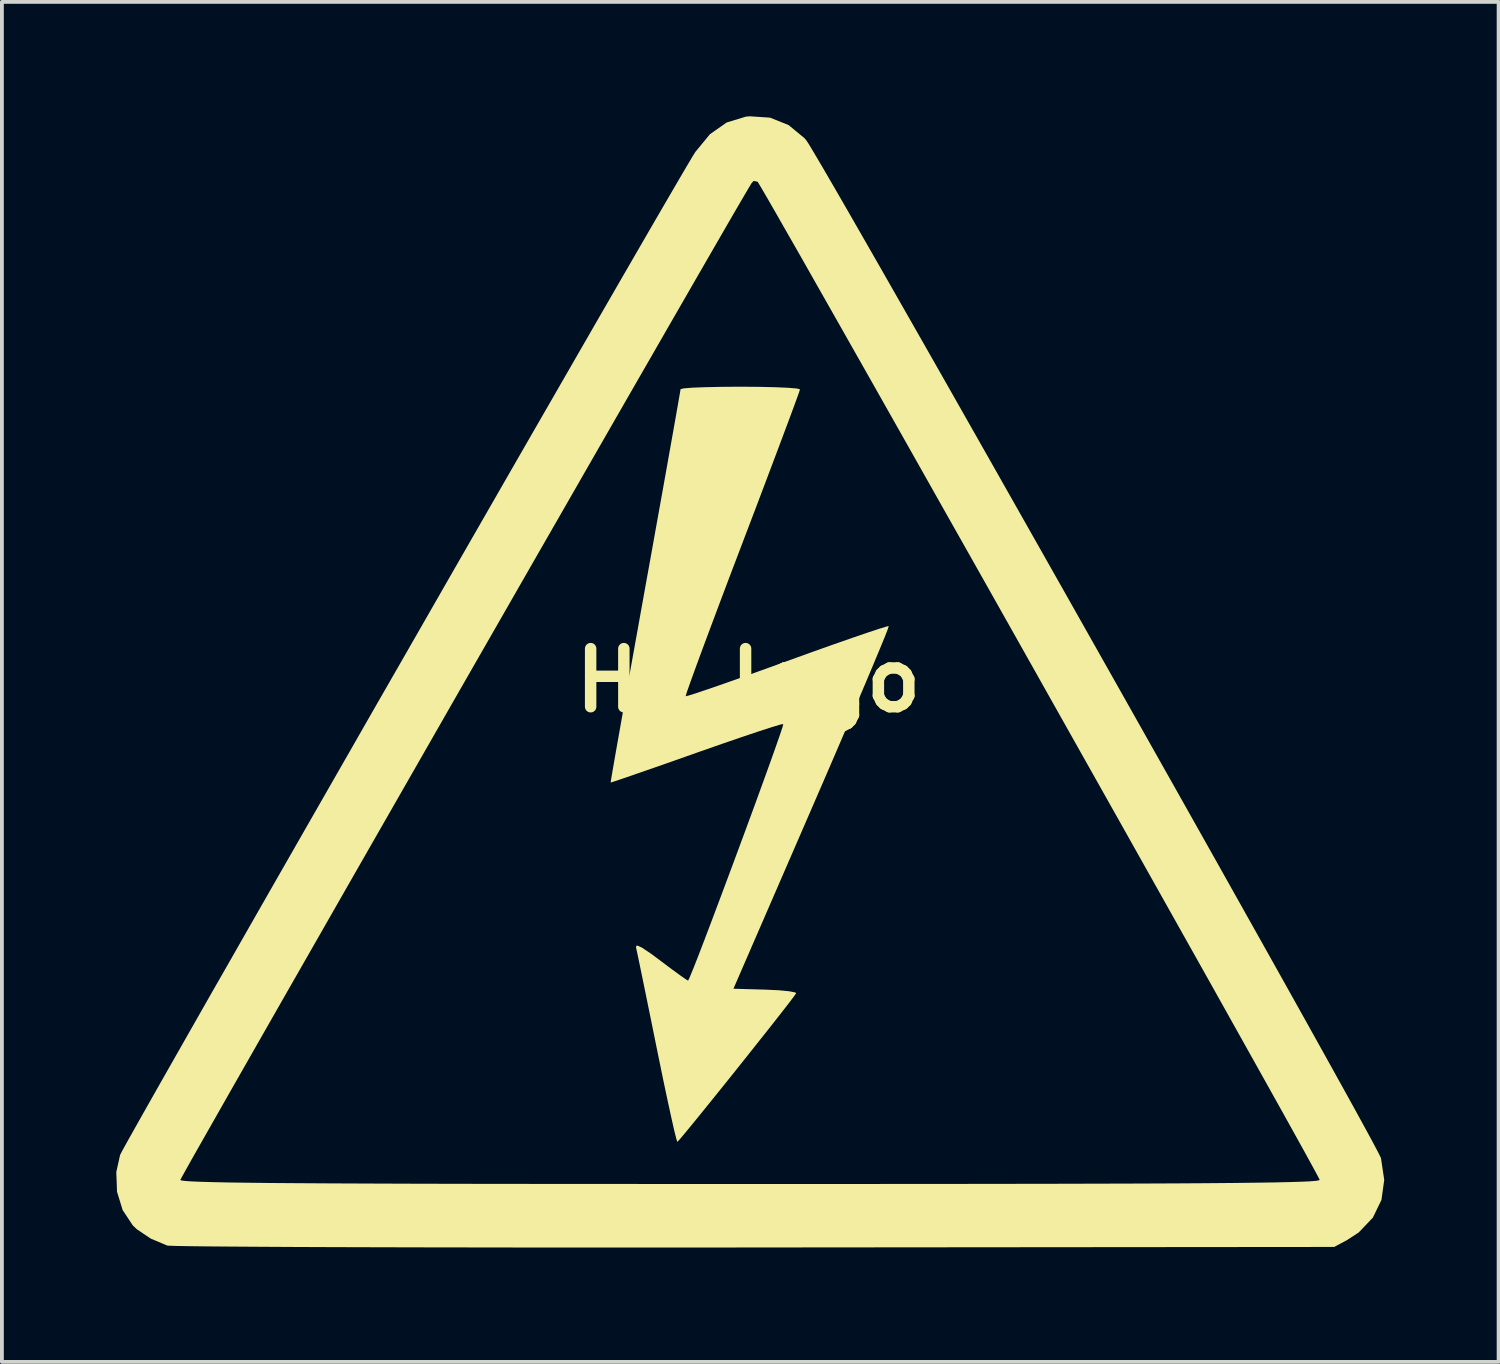
<source format=kicad_pcb>
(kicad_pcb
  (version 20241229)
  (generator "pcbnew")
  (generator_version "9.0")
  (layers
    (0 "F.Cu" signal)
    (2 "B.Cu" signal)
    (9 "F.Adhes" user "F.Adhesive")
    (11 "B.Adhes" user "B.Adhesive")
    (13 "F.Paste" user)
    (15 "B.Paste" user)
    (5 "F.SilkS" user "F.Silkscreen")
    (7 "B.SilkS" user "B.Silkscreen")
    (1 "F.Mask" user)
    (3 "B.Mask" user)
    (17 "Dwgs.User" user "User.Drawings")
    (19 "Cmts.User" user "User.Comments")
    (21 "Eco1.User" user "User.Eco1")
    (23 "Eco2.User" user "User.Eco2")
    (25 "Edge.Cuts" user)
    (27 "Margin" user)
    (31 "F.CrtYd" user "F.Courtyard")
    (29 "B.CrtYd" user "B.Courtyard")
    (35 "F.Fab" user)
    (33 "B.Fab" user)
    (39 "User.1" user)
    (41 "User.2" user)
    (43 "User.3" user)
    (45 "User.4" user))
  (footprint "HV_logo"
    (layer "F.Cu")
    (at 16.579 14.798)
    (property "Reference" "HV_logo" (at 0 0 0) (layer "F.SilkS") (effects (font (size 1.524 1.524) (thickness 0.3))))
    (attr board_only exclude_from_pos_files exclude_from_bom)
    (fp_poly (pts (xy 0.282 -7.701) (xy 0.712 -7.691) (xy 1.052 -7.676) (xy 1.275 -7.657) (xy 1.355 -7.635) (xy 1.325 -7.544) (xy 1.241 -7.311) (xy 1.108 -6.95) (xy 0.931 -6.477) (xy 0.717 -5.907) (xy 0.471 -5.255) (xy 0.199 -4.536) (xy -0.094 -3.767) (xy -0.16 -3.592) (xy -0.456 -2.815) (xy -0.731 -2.087) (xy -0.98 -1.423) (xy -1.198 -0.838) (xy -1.379 -0.347) (xy -1.517 0.034) (xy -1.608 0.291) (xy -1.644 0.409) (xy -1.644 0.414) (xy -1.56 0.394) (xy -1.336 0.323) (xy -0.99 0.206) (xy -0.542 0.05) (xy -0.01 -0.139) (xy 0.587 -0.353) (xy 1.016 -0.508) (xy 1.646 -0.736) (xy 2.225 -0.942) (xy 2.732 -1.119) (xy 3.15 -1.262) (xy 3.46 -1.364) (xy 3.642 -1.419) (xy 3.683 -1.425) (xy 3.657 -1.343) (xy 3.569 -1.119) (xy 3.424 -0.767) (xy 3.229 -0.3) (xy 2.989 0.269) (xy 2.709 0.926) (xy 2.396 1.657) (xy 2.055 2.449) (xy 1.691 3.289) (xy 1.665 3.349) (xy -0.391 8.086) (xy 0.446 8.11) (xy 0.795 8.126) (xy 1.067 8.152) (xy 1.227 8.182) (xy 1.255 8.203) (xy 1.195 8.289) (xy 1.047 8.484) (xy 0.825 8.769) (xy 0.547 9.123) (xy 0.228 9.525) (xy -0.115 9.957) (xy -0.467 10.398) (xy -0.812 10.827) (xy -1.133 11.225) (xy -1.415 11.572) (xy -1.641 11.847) (xy -1.795 12.031) (xy -1.862 12.103) (xy -1.863 12.103) (xy -1.889 12.024) (xy -1.945 11.8) (xy -2.024 11.45) (xy -2.123 10.995) (xy -2.237 10.455) (xy -2.361 9.851) (xy -2.406 9.631) (xy -2.534 8.999) (xy -2.653 8.416) (xy -2.758 7.903) (xy -2.844 7.484) (xy -2.908 7.179) (xy -2.944 7.012) (xy -2.949 6.992) (xy -2.922 6.949) (xy -2.791 7.008) (xy -2.546 7.172) (xy -2.305 7.352) (xy -2.015 7.57) (xy -1.777 7.743) (xy -1.623 7.85) (xy -1.581 7.874) (xy -1.543 7.798) (xy -1.454 7.582) (xy -1.322 7.248) (xy -1.155 6.814) (xy -0.96 6.3) (xy -0.745 5.728) (xy -0.516 5.116) (xy -0.281 4.485) (xy -0.048 3.855) (xy 0.176 3.246) (xy 0.383 2.677) (xy 0.567 2.168) (xy 0.719 1.741) (xy 0.833 1.414) (xy 0.901 1.208) (xy 0.916 1.142) (xy 0.83 1.16) (xy 0.605 1.228) (xy 0.262 1.339) (xy -0.178 1.487) (xy -0.696 1.665) (xy -1.271 1.866) (xy -1.359 1.897) (xy -1.939 2.102) (xy -2.464 2.286) (xy -2.914 2.442) (xy -3.269 2.565) (xy -3.507 2.645) (xy -3.609 2.678) (xy -3.612 2.678) (xy -3.6 2.595) (xy -3.56 2.36) (xy -3.495 1.986) (xy -3.407 1.489) (xy -3.3 0.882) (xy -3.175 0.18) (xy -3.035 -0.603) (xy -2.882 -1.453) (xy -2.72 -2.355) (xy -2.702 -2.455) (xy -2.538 -3.364) (xy -2.384 -4.224) (xy -2.241 -5.019) (xy -2.113 -5.737) (xy -2.002 -6.361) (xy -1.91 -6.878) (xy -1.841 -7.273) (xy -1.796 -7.531) (xy -1.778 -7.639) (xy -1.778 -7.641) (xy -1.698 -7.661) (xy -1.475 -7.679) (xy -1.135 -7.692) (xy -0.704 -7.701) (xy -0.212 -7.705)) (stroke (width 0) (type solid)) (fill yes) (layer "F.SilkS"))
    (fp_poly (pts (xy 0.569 -14.762) (xy 1.055 -14.568) (xy 1.471 -14.225) (xy 1.517 -14.171) (xy 1.59 -14.061) (xy 1.739 -13.812) (xy 1.961 -13.435) (xy 2.25 -12.938) (xy 2.601 -12.33) (xy 3.008 -11.621) (xy 3.467 -10.82) (xy 3.972 -9.935) (xy 4.519 -8.976) (xy 5.101 -7.953) (xy 5.714 -6.873) (xy 6.353 -5.747) (xy 7.012 -4.583) (xy 7.687 -3.391) (xy 8.372 -2.18) (xy 9.062 -0.958) (xy 9.752 0.264) (xy 10.437 1.479) (xy 11.112 2.676) (xy 11.771 3.847) (xy 12.409 4.982) (xy 13.021 6.073) (xy 13.603 7.11) (xy 14.148 8.084) (xy 14.652 8.986) (xy 15.109 9.807) (xy 15.515 10.538) (xy 15.864 11.169) (xy 16.151 11.692) (xy 16.371 12.097) (xy 16.519 12.376) (xy 16.589 12.518) (xy 16.594 12.531) (xy 16.679 13.1) (xy 16.606 13.626) (xy 16.38 14.091) (xy 16.009 14.48) (xy 15.706 14.677) (xy 15.367 14.859) (xy 0.169 14.873) (xy -1.425 14.875) (xy -2.975 14.875) (xy -4.473 14.875) (xy -5.909 14.874) (xy -7.276 14.872) (xy -8.564 14.87) (xy -9.765 14.867) (xy -10.87 14.864) (xy -11.871 14.86) (xy -12.759 14.855) (xy -13.526 14.85) (xy -14.162 14.845) (xy -14.66 14.839) (xy -15.01 14.833) (xy -15.204 14.826) (xy -15.241 14.823) (xy -15.672 14.642) (xy -16.039 14.396) (xy -16.146 14.294) (xy -16.412 13.892) (xy -16.56 13.41) (xy -16.571 13.102) (xy -14.9 13.102) (xy -14.87 13.116) (xy -14.776 13.128) (xy -14.61 13.14) (xy -14.368 13.15) (xy -14.042 13.159) (xy -13.627 13.168) (xy -13.116 13.175) (xy -12.503 13.182) (xy -11.781 13.187) (xy -10.945 13.192) (xy -9.987 13.196) (xy -8.903 13.2) (xy -7.685 13.203) (xy -6.327 13.205) (xy -4.823 13.206) (xy -3.167 13.207) (xy -1.352 13.208) (xy 0.042 13.208) (xy 1.965 13.208) (xy 3.725 13.207) (xy 5.329 13.206) (xy 6.782 13.204) (xy 8.092 13.202) (xy 9.265 13.199) (xy 10.307 13.196) (xy 11.225 13.192) (xy 12.025 13.187) (xy 12.714 13.181) (xy 13.298 13.174) (xy 13.783 13.167) (xy 14.176 13.158) (xy 14.484 13.149) (xy 14.712 13.139) (xy 14.867 13.127) (xy 14.957 13.114) (xy 14.986 13.1) (xy 14.986 13.1) (xy 14.945 13.017) (xy 14.826 12.797) (xy 14.634 12.446) (xy 14.374 11.976) (xy 14.051 11.395) (xy 13.67 10.712) (xy 13.236 9.936) (xy 12.755 9.076) (xy 12.232 8.141) (xy 11.671 7.141) (xy 11.078 6.085) (xy 10.458 4.981) (xy 9.816 3.838) (xy 9.157 2.667) (xy 8.486 1.475) (xy 7.809 0.272) (xy 7.131 -0.933) (xy 6.456 -2.131) (xy 5.79 -3.312) (xy 5.137 -4.468) (xy 4.504 -5.59) (xy 3.895 -6.669) (xy 3.315 -7.695) (xy 2.769 -8.659) (xy 2.263 -9.552) (xy 1.801 -10.366) (xy 1.39 -11.091) (xy 1.032 -11.717) (xy 0.735 -12.237) (xy 0.503 -12.641) (xy 0.341 -12.919) (xy 0.255 -13.063) (xy 0.242 -13.081) (xy 0.139 -13.103) (xy 0.081 -13.039) (xy -0.018 -12.873) (xy -0.192 -12.576) (xy -0.437 -12.155) (xy -0.746 -11.62) (xy -1.116 -10.98) (xy -1.54 -10.244) (xy -2.015 -9.42) (xy -2.533 -8.519) (xy -3.092 -7.548) (xy -3.684 -6.518) (xy -4.305 -5.436) (xy -4.95 -4.312) (xy -5.614 -3.156) (xy -6.291 -1.975) (xy -6.977 -0.779) (xy -7.666 0.422) (xy -8.352 1.621) (xy -9.032 2.808) (xy -9.699 3.973) (xy -10.349 5.108) (xy -10.976 6.205) (xy -11.575 7.253) (xy -12.142 8.244) (xy -12.67 9.169) (xy -13.154 10.018) (xy -13.591 10.784) (xy -13.973 11.456) (xy -14.297 12.026) (xy -14.557 12.484) (xy -14.747 12.823) (xy -14.863 13.032) (xy -14.9 13.102) (xy -16.571 13.102) (xy -16.579 12.897) (xy -16.479 12.446) (xy -16.427 12.345) (xy -16.296 12.107) (xy -16.09 11.74) (xy -15.816 11.254) (xy -15.479 10.658) (xy -15.082 9.96) (xy -14.633 9.17) (xy -14.136 8.297) (xy -13.595 7.351) (xy -13.018 6.339) (xy -12.408 5.272) (xy -11.771 4.159) (xy -11.112 3.008) (xy -10.436 1.828) (xy -9.75 0.629) (xy -9.056 -0.579) (xy -8.362 -1.789) (xy -7.673 -2.991) (xy -6.992 -4.176) (xy -6.327 -5.334) (xy -5.681 -6.457) (xy -5.06 -7.535) (xy -4.47 -8.56) (xy -3.916 -9.522) (xy -3.402 -10.413) (xy -2.934 -11.222) (xy -2.518 -11.941) (xy -2.157 -12.562) (xy -1.859 -13.073) (xy -1.628 -13.468) (xy -1.469 -13.736) (xy -1.39 -13.863) (xy -1.007 -14.328) (xy -0.569 -14.635) (xy -0.07 -14.787) (xy 0.035 -14.798)) (stroke (width 0) (type solid)) (fill yes) (layer "F.SilkS")))
  (gr_rect
    (start -3 -3)
    (end 36.258 32.673)
    (stroke (width 0.1) (type default))
    (fill no)
    (layer "Edge.Cuts")))
</source>
